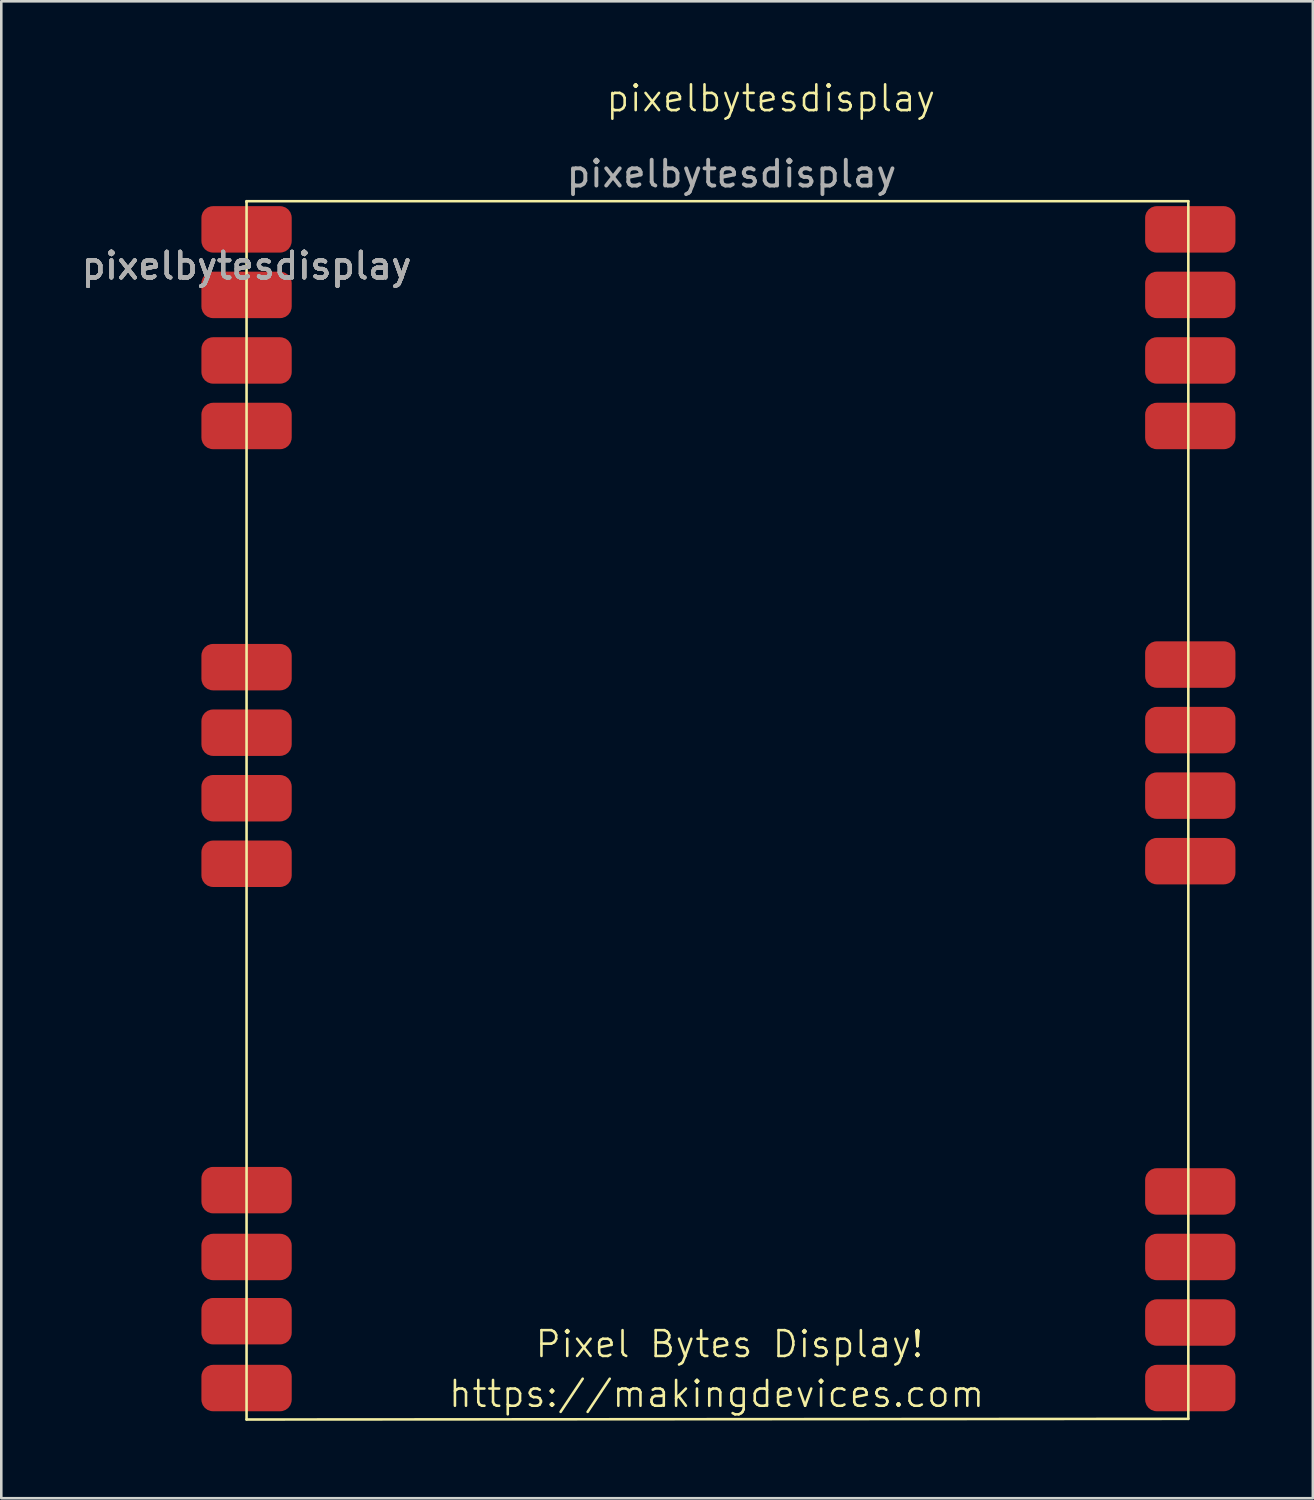
<source format=kicad_pcb>
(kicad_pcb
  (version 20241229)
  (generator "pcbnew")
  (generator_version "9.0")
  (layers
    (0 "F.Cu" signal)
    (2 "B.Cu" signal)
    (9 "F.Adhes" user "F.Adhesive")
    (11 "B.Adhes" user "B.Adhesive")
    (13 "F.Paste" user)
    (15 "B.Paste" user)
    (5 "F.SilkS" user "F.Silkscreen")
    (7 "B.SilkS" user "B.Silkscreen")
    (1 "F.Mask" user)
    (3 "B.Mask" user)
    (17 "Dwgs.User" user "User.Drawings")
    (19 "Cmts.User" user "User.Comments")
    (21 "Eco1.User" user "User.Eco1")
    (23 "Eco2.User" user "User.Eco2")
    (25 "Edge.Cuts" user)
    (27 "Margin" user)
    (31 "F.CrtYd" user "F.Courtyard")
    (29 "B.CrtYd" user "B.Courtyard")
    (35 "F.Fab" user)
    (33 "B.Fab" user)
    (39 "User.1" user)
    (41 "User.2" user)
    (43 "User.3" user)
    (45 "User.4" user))
  (footprint "pixelbytesdisplay"
    (layer "F.Cu")
    (at 20.73 13.46)
    (property "Reference" "pixelbytesdisplay" (at 6.096 -12.7 0) (unlocked yes) (layer "F.SilkS") (effects (font (size 1 1) (thickness 0.1))))
    (attr smd)
    (fp_line (start -14.224 -8.712) (end 22.276 -8.712) (stroke (width 0.1) (type default)) (layer "F.SilkS"))
    (fp_line (start -14.224 -8.687) (end -14.224 -8.712) (stroke (width 0.1) (type default)) (layer "F.SilkS"))
    (fp_line (start -14.224 38.506) (end -14.224 -8.687) (stroke (width 0.1) (type default)) (layer "F.SilkS"))
    (fp_line (start 22.276 -8.712) (end 22.276 38.481) (stroke (width 0.1) (type default)) (layer "F.SilkS"))
    (fp_line (start 22.276 38.481) (end -14.224 38.506) (stroke (width 0.1) (type default)) (layer "F.SilkS"))
    (fp_text user "Pixel Bytes Display!" (at -3.099 36.17 0) (unlocked yes) (layer "F.SilkS") (effects (font (size 1 1) (thickness 0.1)) (justify left bottom)))
    (fp_text user "https://makingdevices.com" (at -6.452 38.1 0) (unlocked yes) (layer "F.SilkS") (effects (font (size 1 1) (thickness 0.1)) (justify left bottom)))
    (fp_text user "${REFERENCE}" (at -14.224 -6.21 0) (unlocked yes) (layer "F.Fab") (effects (font (size 1 1) (thickness 0.15))))
    (fp_text user "${REFERENCE}" (at -14.224 -6.21 0) (unlocked yes) (layer "F.Fab") (effects (font (size 1 1) (thickness 0.15))))
    (fp_text user "${REFERENCE}" (at -14.224 -6.21 0) (unlocked yes) (layer "F.Fab") (effects (font (size 1 1) (thickness 0.15))))
    (fp_text user "${REFERENCE}" (at 4.572 -9.774 0) (unlocked yes) (layer "F.Fab") (effects (font (size 1 1) (thickness 0.15))))
    (fp_text user "${REFERENCE}" (at -14.224 -6.21 0) (unlocked yes) (layer "F.Fab") (effects (font (size 1 1) (thickness 0.15))))
    (fp_text user "${REFERENCE}" (at -14.224 -6.21 0) (unlocked yes) (layer "F.Fab") (effects (font (size 1 1) (thickness 0.15))))
    (fp_text user "${REFERENCE}" (at -14.224 -6.21 0) (unlocked yes) (layer "F.Fab") (effects (font (size 1 1) (thickness 0.15))))
    (pad "1" smd roundrect (at -14.224 -7.62) (size 3.5 1.8) (layers "F.Cu" "F.Mask" "F.Paste") (roundrect_rratio 0.25))
    (pad "2" smd roundrect (at -14.224 -5.08) (size 3.5 1.8) (layers "F.Cu" "F.Mask" "F.Paste") (roundrect_rratio 0.25))
    (pad "3" smd roundrect (at -14.224 -2.54) (size 3.5 1.8) (layers "F.Cu" "F.Mask" "F.Paste") (roundrect_rratio 0.25))
    (pad "4" smd roundrect (at -14.224 0) (size 3.5 1.8) (layers "F.Cu" "F.Mask" "F.Paste") (roundrect_rratio 0.25))
    (pad "5" smd roundrect (at -14.224 9.347) (size 3.5 1.8) (layers "F.Cu" "F.Mask" "F.Paste") (roundrect_rratio 0.25))
    (pad "6" smd roundrect (at -14.224 11.887) (size 3.5 1.8) (layers "F.Cu" "F.Mask" "F.Paste") (roundrect_rratio 0.25))
    (pad "7" smd roundrect (at -14.224 14.427) (size 3.5 1.8) (layers "F.Cu" "F.Mask" "F.Paste") (roundrect_rratio 0.25))
    (pad "8" smd roundrect (at -14.224 16.967) (size 3.5 1.8) (layers "F.Cu" "F.Mask" "F.Paste") (roundrect_rratio 0.25))
    (pad "9" smd roundrect (at -14.224 29.616) (size 3.5 1.8) (layers "F.Cu" "F.Mask" "F.Paste") (roundrect_rratio 0.25))
    (pad "10" smd roundrect (at -14.224 32.207) (size 3.5 1.8) (layers "F.Cu" "F.Mask" "F.Paste") (roundrect_rratio 0.25))
    (pad "11" smd roundrect (at -14.224 34.696) (size 3.5 1.8) (layers "F.Cu" "F.Mask" "F.Paste") (roundrect_rratio 0.25))
    (pad "12" smd roundrect (at -14.224 37.287) (size 3.5 1.8) (layers "F.Cu" "F.Mask" "F.Paste") (roundrect_rratio 0.25))
    (pad "13" smd roundrect (at 22.352 -7.62) (size 3.5 1.8) (layers "F.Cu" "F.Mask" "F.Paste") (roundrect_rratio 0.25))
    (pad "14" smd roundrect (at 22.352 -5.08) (size 3.5 1.8) (layers "F.Cu" "F.Mask" "F.Paste") (roundrect_rratio 0.25))
    (pad "15" smd roundrect (at 22.352 -2.54) (size 3.5 1.8) (layers "F.Cu" "F.Mask" "F.Paste") (roundrect_rratio 0.25))
    (pad "16" smd roundrect (at 22.352 0) (size 3.5 1.8) (layers "F.Cu" "F.Mask" "F.Paste") (roundrect_rratio 0.25))
    (pad "17" smd roundrect (at 22.352 9.246) (size 3.5 1.8) (layers "F.Cu" "F.Mask" "F.Paste") (roundrect_rratio 0.25))
    (pad "18" smd roundrect (at 22.352 11.786) (size 3.5 1.8) (layers "F.Cu" "F.Mask" "F.Paste") (roundrect_rratio 0.25))
    (pad "19" smd roundrect (at 22.352 14.326) (size 3.5 1.8) (layers "F.Cu" "F.Mask" "F.Paste") (roundrect_rratio 0.25))
    (pad "20" smd roundrect (at 22.352 16.866) (size 3.5 1.8) (layers "F.Cu" "F.Mask" "F.Paste") (roundrect_rratio 0.25))
    (pad "21" smd roundrect (at 22.352 29.667) (size 3.5 1.8) (layers "F.Cu" "F.Mask" "F.Paste") (roundrect_rratio 0.25))
    (pad "22" smd roundrect (at 22.352 32.207) (size 3.5 1.8) (layers "F.Cu" "F.Mask" "F.Paste") (roundrect_rratio 0.25))
    (pad "23" smd roundrect (at 22.352 34.747) (size 3.5 1.8) (layers "F.Cu" "F.Mask" "F.Paste") (roundrect_rratio 0.25))
    (pad "24" smd roundrect (at 22.352 37.287) (size 3.5 1.8) (layers "F.Cu" "F.Mask" "F.Paste") (roundrect_rratio 0.25)))
  (gr_rect
    (start -3 -3)
    (end 47.832 55.017)
    (stroke (width 0.1) (type default))
    (fill no)
    (layer "Edge.Cuts")))
</source>
